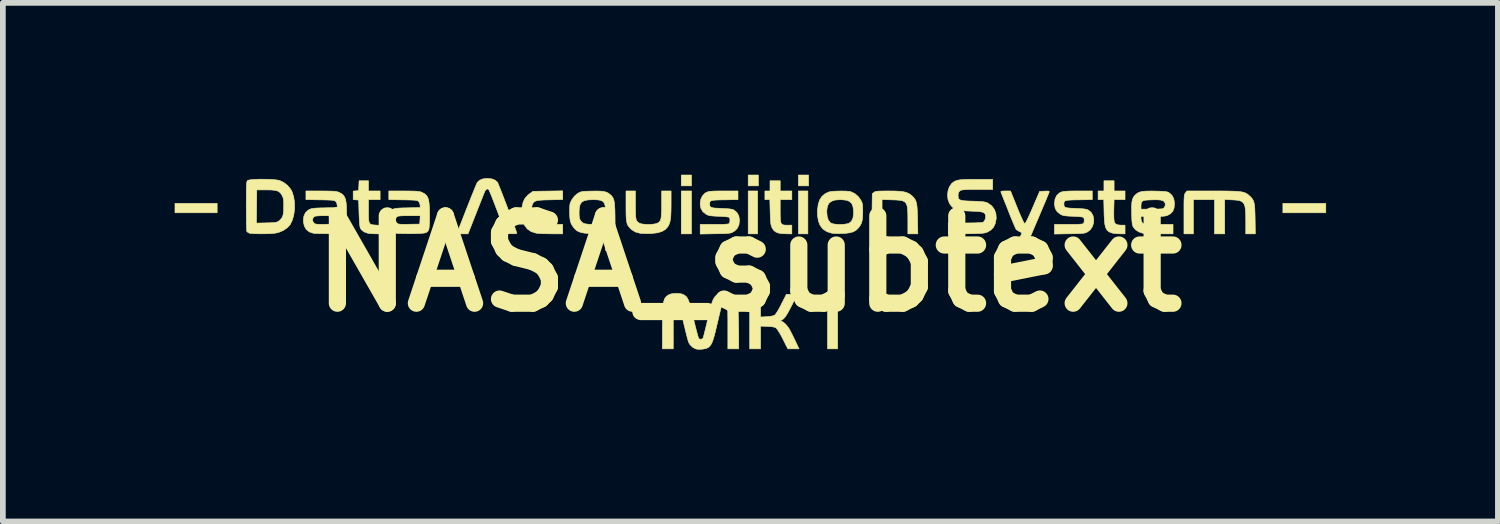
<source format=kicad_pcb>
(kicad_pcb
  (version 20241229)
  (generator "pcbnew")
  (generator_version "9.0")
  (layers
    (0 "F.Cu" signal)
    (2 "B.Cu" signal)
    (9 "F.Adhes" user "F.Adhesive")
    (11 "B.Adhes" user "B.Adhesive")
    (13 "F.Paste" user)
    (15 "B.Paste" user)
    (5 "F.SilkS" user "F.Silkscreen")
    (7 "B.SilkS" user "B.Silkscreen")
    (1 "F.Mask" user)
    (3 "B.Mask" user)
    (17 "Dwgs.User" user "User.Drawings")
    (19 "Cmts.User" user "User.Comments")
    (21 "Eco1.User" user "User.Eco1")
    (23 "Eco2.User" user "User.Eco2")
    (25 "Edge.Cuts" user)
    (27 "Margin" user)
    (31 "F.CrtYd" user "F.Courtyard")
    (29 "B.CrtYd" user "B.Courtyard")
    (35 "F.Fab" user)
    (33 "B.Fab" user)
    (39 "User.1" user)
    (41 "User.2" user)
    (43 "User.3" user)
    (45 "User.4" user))
  (footprint "NASA_subtext"
    (layer "F.Cu")
    (at 10.025 1.554)
    (property "Reference" "NASA_subtext" (at 0 0 0) (layer "F.SilkS") (effects (font (size 1.524 1.524) (thickness 0.3))))
    (attr through_hole)
    (fp_poly (pts (xy -9.284 -0.889) (xy -10.02 -0.889) (xy -10.02 -1.054) (xy -9.284 -1.054) (xy -9.284 -0.889)) (stroke (width 0.01) (type solid)) (fill yes) (layer "F.SilkS"))
    (fp_poly (pts (xy -1.003 -1.359) (xy -1.181 -1.359) (xy -1.181 -1.549) (xy -1.003 -1.549) (xy -1.003 -1.359)) (stroke (width 0.01) (type solid)) (fill yes) (layer "F.SilkS"))
    (fp_poly (pts (xy -1.003 -0.521) (xy -1.181 -0.521) (xy -1.181 -1.27) (xy -1.003 -1.27) (xy -1.003 -0.521)) (stroke (width 0.01) (type solid)) (fill yes) (layer "F.SilkS"))
    (fp_poly (pts (xy 0.152 -0.521) (xy -0.013 -0.521) (xy -0.013 -1.27) (xy 0.152 -1.27) (xy 0.152 -0.521)) (stroke (width 0.01) (type solid)) (fill yes) (layer "F.SilkS"))
    (fp_poly (pts (xy 0.165 -1.359) (xy -0.013 -1.359) (xy -0.013 -1.549) (xy 0.165 -1.549) (xy 0.165 -1.359)) (stroke (width 0.01) (type solid)) (fill yes) (layer "F.SilkS"))
    (fp_poly (pts (xy 1.029 -0.521) (xy 0.864 -0.521) (xy 0.864 -1.27) (xy 1.029 -1.27) (xy 1.029 -0.521)) (stroke (width 0.01) (type solid)) (fill yes) (layer "F.SilkS"))
    (fp_poly (pts (xy 1.041 -1.359) (xy 0.864 -1.359) (xy 0.864 -1.549) (xy 1.041 -1.549) (xy 1.041 -1.359)) (stroke (width 0.01) (type solid)) (fill yes) (layer "F.SilkS"))
    (fp_poly (pts (xy 1.549 1.486) (xy 1.372 1.486) (xy 1.372 0.533) (xy 1.549 0.533) (xy 1.549 1.486)) (stroke (width 0.01) (type solid)) (fill yes) (layer "F.SilkS"))
    (fp_poly (pts (xy 10.071 -0.889) (xy 9.322 -0.889) (xy 9.322 -1.054) (xy 10.071 -1.054) (xy 10.071 -0.889)) (stroke (width 0.01) (type solid)) (fill yes) (layer "F.SilkS"))
    (fp_poly (pts (xy -6.642 -1.27) (xy -6.439 -1.27) (xy -6.439 -1.118) (xy -6.642 -1.118) (xy -6.642 -0.923) (xy -6.642 -0.84) (xy -6.64 -0.778) (xy -6.634 -0.735) (xy -6.623 -0.707) (xy -6.606 -0.69) (xy -6.58 -0.681) (xy -6.543 -0.677) (xy -6.523 -0.675) (xy -6.439 -0.67) (xy -6.439 -0.521) (xy -6.525 -0.522) (xy -6.577 -0.524) (xy -6.625 -0.528) (xy -6.655 -0.532) (xy -6.717 -0.555) (xy -6.765 -0.592) (xy -6.783 -0.619) (xy -6.791 -0.646) (xy -6.797 -0.693) (xy -6.802 -0.761) (xy -6.806 -0.854) (xy -6.807 -0.883) (xy -6.814 -1.111) (xy -6.909 -1.119) (xy -6.909 -1.268) (xy -6.861 -1.272) (xy -6.814 -1.276) (xy -6.806 -1.448) (xy -6.642 -1.448) (xy -6.642 -1.27)) (stroke (width 0.01) (type solid)) (fill yes) (layer "F.SilkS"))
    (fp_poly (pts (xy 0.546 -1.27) (xy 0.749 -1.27) (xy 0.749 -1.118) (xy 0.546 -1.118) (xy 0.546 -0.915) (xy 0.547 -0.831) (xy 0.549 -0.769) (xy 0.555 -0.726) (xy 0.567 -0.698) (xy 0.587 -0.682) (xy 0.615 -0.675) (xy 0.655 -0.673) (xy 0.676 -0.673) (xy 0.749 -0.673) (xy 0.749 -0.521) (xy 0.657 -0.522) (xy 0.605 -0.524) (xy 0.558 -0.528) (xy 0.527 -0.532) (xy 0.472 -0.552) (xy 0.433 -0.582) (xy 0.405 -0.625) (xy 0.395 -0.648) (xy 0.387 -0.674) (xy 0.381 -0.706) (xy 0.377 -0.751) (xy 0.374 -0.811) (xy 0.371 -0.893) (xy 0.371 -0.898) (xy 0.365 -1.118) (xy 0.279 -1.118) (xy 0.279 -1.27) (xy 0.368 -1.27) (xy 0.368 -1.448) (xy 0.546 -1.448) (xy 0.546 -1.27)) (stroke (width 0.01) (type solid)) (fill yes) (layer "F.SilkS"))
    (fp_poly (pts (xy 6.375 -1.27) (xy 6.566 -1.27) (xy 6.566 -1.118) (xy 6.375 -1.118) (xy 6.372 -1) (xy 6.37 -0.907) (xy 6.37 -0.835) (xy 6.372 -0.783) (xy 6.376 -0.745) (xy 6.383 -0.72) (xy 6.394 -0.703) (xy 6.401 -0.696) (xy 6.438 -0.679) (xy 6.495 -0.673) (xy 6.497 -0.673) (xy 6.566 -0.673) (xy 6.566 -0.521) (xy 6.48 -0.522) (xy 6.429 -0.524) (xy 6.382 -0.528) (xy 6.353 -0.533) (xy 6.308 -0.547) (xy 6.273 -0.566) (xy 6.247 -0.593) (xy 6.227 -0.633) (xy 6.214 -0.687) (xy 6.206 -0.758) (xy 6.201 -0.851) (xy 6.2 -0.899) (xy 6.195 -1.118) (xy 6.096 -1.118) (xy 6.096 -1.27) (xy 6.198 -1.27) (xy 6.198 -1.448) (xy 6.375 -1.448) (xy 6.375 -1.27)) (stroke (width 0.01) (type solid)) (fill yes) (layer "F.SilkS"))
    (fp_poly (pts (xy 2.542 -1.269) (xy 2.625 -1.265) (xy 2.69 -1.258) (xy 2.742 -1.246) (xy 2.784 -1.229) (xy 2.82 -1.207) (xy 2.841 -1.19) (xy 2.871 -1.161) (xy 2.895 -1.131) (xy 2.913 -1.098) (xy 2.925 -1.056) (xy 2.934 -1.002) (xy 2.939 -0.933) (xy 2.943 -0.844) (xy 2.944 -0.778) (xy 2.949 -0.521) (xy 2.862 -0.521) (xy 2.775 -0.521) (xy 2.775 -0.76) (xy 2.774 -0.863) (xy 2.771 -0.943) (xy 2.763 -1.004) (xy 2.747 -1.048) (xy 2.722 -1.078) (xy 2.685 -1.097) (xy 2.634 -1.107) (xy 2.567 -1.113) (xy 2.492 -1.115) (xy 2.324 -1.12) (xy 2.324 -0.521) (xy 2.144 -0.521) (xy 2.149 -0.871) (xy 2.153 -1.221) (xy 2.183 -1.246) (xy 2.196 -1.255) (xy 2.213 -1.261) (xy 2.237 -1.265) (xy 2.273 -1.268) (xy 2.325 -1.269) (xy 2.396 -1.27) (xy 2.438 -1.27) (xy 2.542 -1.269)) (stroke (width 0.01) (type solid)) (fill yes) (layer "F.SilkS"))
    (fp_poly (pts (xy -3.251 -1.12) (xy -3.477 -1.115) (xy -3.569 -1.113) (xy -3.639 -1.109) (xy -3.691 -1.103) (xy -3.727 -1.093) (xy -3.752 -1.078) (xy -3.769 -1.057) (xy -3.782 -1.03) (xy -3.785 -1.02) (xy -3.796 -0.971) (xy -3.799 -0.911) (xy -3.797 -0.849) (xy -3.789 -0.795) (xy -3.778 -0.762) (xy -3.762 -0.736) (xy -3.74 -0.717) (xy -3.71 -0.703) (xy -3.667 -0.694) (xy -3.609 -0.689) (xy -3.531 -0.686) (xy -3.461 -0.686) (xy -3.251 -0.686) (xy -3.251 -0.521) (xy -3.458 -0.522) (xy -3.532 -0.523) (xy -3.601 -0.525) (xy -3.66 -0.528) (xy -3.703 -0.532) (xy -3.717 -0.534) (xy -3.802 -0.561) (xy -3.869 -0.607) (xy -3.918 -0.671) (xy -3.95 -0.753) (xy -3.965 -0.854) (xy -3.966 -0.895) (xy -3.961 -0.995) (xy -3.942 -1.075) (xy -3.91 -1.141) (xy -3.861 -1.196) (xy -3.825 -1.225) (xy -3.77 -1.264) (xy -3.51 -1.268) (xy -3.251 -1.272) (xy -3.251 -1.12)) (stroke (width 0.01) (type solid)) (fill yes) (layer "F.SilkS"))
    (fp_poly (pts (xy 8.234 -1.27) (xy 8.344 -1.269) (xy 8.434 -1.267) (xy 8.506 -1.264) (xy 8.564 -1.259) (xy 8.609 -1.253) (xy 8.645 -1.244) (xy 8.674 -1.232) (xy 8.699 -1.218) (xy 8.722 -1.2) (xy 8.732 -1.191) (xy 8.763 -1.162) (xy 8.787 -1.134) (xy 8.805 -1.104) (xy 8.818 -1.066) (xy 8.827 -1.018) (xy 8.832 -0.956) (xy 8.835 -0.876) (xy 8.837 -0.784) (xy 8.841 -0.521) (xy 8.674 -0.521) (xy 8.674 -0.75) (xy 8.673 -0.854) (xy 8.669 -0.936) (xy 8.66 -0.998) (xy 8.644 -1.043) (xy 8.619 -1.075) (xy 8.583 -1.095) (xy 8.535 -1.107) (xy 8.472 -1.113) (xy 8.43 -1.115) (xy 8.306 -1.121) (xy 8.306 -0.521) (xy 8.128 -0.521) (xy 8.128 -1.118) (xy 7.76 -1.118) (xy 7.76 -0.521) (xy 7.595 -0.521) (xy 7.595 -0.862) (xy 7.595 -0.964) (xy 7.595 -1.044) (xy 7.596 -1.105) (xy 7.598 -1.15) (xy 7.6 -1.181) (xy 7.604 -1.203) (xy 7.609 -1.219) (xy 7.616 -1.231) (xy 7.621 -1.237) (xy 7.647 -1.27) (xy 8.101 -1.27) (xy 8.234 -1.27)) (stroke (width 0.01) (type solid)) (fill yes) (layer "F.SilkS"))
    (fp_poly (pts (xy -1.981 -1.025) (xy -1.981 -0.933) (xy -1.979 -0.863) (xy -1.976 -0.811) (xy -1.969 -0.774) (xy -1.959 -0.748) (xy -1.944 -0.73) (xy -1.924 -0.715) (xy -1.905 -0.705) (xy -1.869 -0.694) (xy -1.816 -0.688) (xy -1.755 -0.686) (xy -1.693 -0.688) (xy -1.64 -0.695) (xy -1.607 -0.704) (xy -1.58 -0.717) (xy -1.56 -0.734) (xy -1.545 -0.758) (xy -1.535 -0.793) (xy -1.529 -0.841) (xy -1.525 -0.907) (xy -1.524 -0.993) (xy -1.524 -1.034) (xy -1.524 -1.27) (xy -1.359 -1.27) (xy -1.359 -1.038) (xy -1.36 -0.935) (xy -1.363 -0.854) (xy -1.368 -0.79) (xy -1.377 -0.739) (xy -1.389 -0.699) (xy -1.405 -0.665) (xy -1.416 -0.646) (xy -1.459 -0.598) (xy -1.519 -0.563) (xy -1.597 -0.54) (xy -1.696 -0.528) (xy -1.716 -0.527) (xy -1.779 -0.526) (xy -1.839 -0.527) (xy -1.887 -0.53) (xy -1.906 -0.533) (xy -1.984 -0.555) (xy -2.046 -0.593) (xy -2.073 -0.618) (xy -2.096 -0.645) (xy -2.114 -0.671) (xy -2.127 -0.702) (xy -2.136 -0.741) (xy -2.142 -0.792) (xy -2.145 -0.858) (xy -2.146 -0.943) (xy -2.146 -1.009) (xy -2.146 -1.27) (xy -1.981 -1.27) (xy -1.981 -1.025)) (stroke (width 0.01) (type solid)) (fill yes) (layer "F.SilkS"))
    (fp_poly (pts (xy 0.837 0.53) (xy 0.834 0.545) (xy 0.823 0.573) (xy 0.803 0.616) (xy 0.773 0.677) (xy 0.752 0.719) (xy 0.709 0.802) (xy 0.675 0.864) (xy 0.646 0.911) (xy 0.621 0.944) (xy 0.596 0.968) (xy 0.569 0.986) (xy 0.565 0.988) (xy 0.549 0.999) (xy 0.555 1.003) (xy 0.562 1.003) (xy 0.59 1.014) (xy 0.626 1.042) (xy 0.664 1.082) (xy 0.699 1.13) (xy 0.709 1.147) (xy 0.729 1.186) (xy 0.757 1.24) (xy 0.787 1.302) (xy 0.81 1.349) (xy 0.875 1.486) (xy 0.679 1.486) (xy 0.592 1.313) (xy 0.553 1.239) (xy 0.518 1.181) (xy 0.49 1.14) (xy 0.472 1.12) (xy 0.441 1.107) (xy 0.392 1.099) (xy 0.322 1.094) (xy 0.321 1.094) (xy 0.203 1.09) (xy 0.203 1.486) (xy 0.013 1.486) (xy 0.013 0.533) (xy 0.203 0.533) (xy 0.203 0.93) (xy 0.31 0.925) (xy 0.382 0.918) (xy 0.432 0.906) (xy 0.449 0.898) (xy 0.468 0.877) (xy 0.496 0.835) (xy 0.531 0.775) (xy 0.567 0.705) (xy 0.654 0.534) (xy 0.724 0.533) (xy 0.769 0.532) (xy 0.808 0.528) (xy 0.823 0.525) (xy 0.833 0.524) (xy 0.837 0.53)) (stroke (width 0.01) (type solid)) (fill yes) (layer "F.SilkS"))
    (fp_poly (pts (xy -4.488 -1.481) (xy -4.429 -1.457) (xy -4.388 -1.419) (xy -4.38 -1.401) (xy -4.365 -1.364) (xy -4.343 -1.31) (xy -4.316 -1.242) (xy -4.286 -1.164) (xy -4.253 -1.078) (xy -4.219 -0.989) (xy -4.185 -0.9) (xy -4.153 -0.813) (xy -4.122 -0.732) (xy -4.096 -0.66) (xy -4.075 -0.601) (xy -4.06 -0.558) (xy -4.052 -0.534) (xy -4.051 -0.531) (xy -4.063 -0.526) (xy -4.094 -0.523) (xy -4.138 -0.523) (xy -4.148 -0.523) (xy -4.245 -0.527) (xy -4.387 -0.905) (xy -4.423 -0.998) (xy -4.456 -1.084) (xy -4.485 -1.159) (xy -4.51 -1.221) (xy -4.529 -1.266) (xy -4.541 -1.292) (xy -4.544 -1.298) (xy -4.567 -1.306) (xy -4.591 -1.293) (xy -4.613 -1.26) (xy -4.615 -1.254) (xy -4.624 -1.232) (xy -4.641 -1.19) (xy -4.664 -1.13) (xy -4.693 -1.057) (xy -4.726 -0.975) (xy -4.761 -0.885) (xy -4.768 -0.867) (xy -4.904 -0.521) (xy -4.998 -0.521) (xy -5.044 -0.522) (xy -5.077 -0.526) (xy -5.092 -0.531) (xy -5.093 -0.532) (xy -5.088 -0.547) (xy -5.075 -0.583) (xy -5.056 -0.636) (xy -5.03 -0.702) (xy -5 -0.779) (xy -4.967 -0.863) (xy -4.933 -0.952) (xy -4.897 -1.041) (xy -4.863 -1.128) (xy -4.83 -1.21) (xy -4.801 -1.282) (xy -4.776 -1.343) (xy -4.757 -1.388) (xy -4.745 -1.414) (xy -4.743 -1.419) (xy -4.703 -1.457) (xy -4.644 -1.481) (xy -4.567 -1.489) (xy -4.566 -1.489) (xy -4.488 -1.481)) (stroke (width 0.01) (type solid)) (fill yes) (layer "F.SilkS"))
    (fp_poly (pts (xy 1.683 -1.268) (xy 1.739 -1.264) (xy 1.777 -1.258) (xy 1.849 -1.224) (xy 1.911 -1.17) (xy 1.951 -1.114) (xy 1.967 -1.084) (xy 1.977 -1.057) (xy 1.983 -1.027) (xy 1.986 -0.989) (xy 1.987 -0.934) (xy 1.987 -0.902) (xy 1.985 -0.822) (xy 1.978 -0.761) (xy 1.966 -0.713) (xy 1.946 -0.672) (xy 1.916 -0.631) (xy 1.909 -0.622) (xy 1.869 -0.584) (xy 1.819 -0.556) (xy 1.755 -0.539) (xy 1.673 -0.529) (xy 1.635 -0.527) (xy 1.572 -0.526) (xy 1.513 -0.527) (xy 1.464 -0.53) (xy 1.447 -0.533) (xy 1.362 -0.559) (xy 1.294 -0.604) (xy 1.244 -0.666) (xy 1.212 -0.748) (xy 1.197 -0.847) (xy 1.197 -0.905) (xy 1.359 -0.905) (xy 1.366 -0.824) (xy 1.387 -0.761) (xy 1.42 -0.718) (xy 1.439 -0.706) (xy 1.479 -0.694) (xy 1.536 -0.687) (xy 1.6 -0.686) (xy 1.663 -0.689) (xy 1.717 -0.697) (xy 1.747 -0.706) (xy 1.789 -0.74) (xy 1.815 -0.793) (xy 1.827 -0.866) (xy 1.826 -0.927) (xy 1.816 -0.998) (xy 1.795 -1.05) (xy 1.76 -1.085) (xy 1.709 -1.107) (xy 1.639 -1.116) (xy 1.591 -1.118) (xy 1.507 -1.112) (xy 1.444 -1.092) (xy 1.399 -1.058) (xy 1.372 -1.007) (xy 1.36 -0.938) (xy 1.359 -0.905) (xy 1.197 -0.905) (xy 1.197 -0.933) (xy 1.209 -1.033) (xy 1.235 -1.114) (xy 1.276 -1.177) (xy 1.333 -1.224) (xy 1.394 -1.252) (xy 1.43 -1.26) (xy 1.483 -1.265) (xy 1.548 -1.268) (xy 1.617 -1.269) (xy 1.683 -1.268)) (stroke (width 0.01) (type solid)) (fill yes) (layer "F.SilkS"))
    (fp_poly (pts (xy 4.681 -0.987) (xy 4.719 -0.893) (xy 4.753 -0.816) (xy 4.78 -0.757) (xy 4.8 -0.718) (xy 4.812 -0.702) (xy 4.813 -0.701) (xy 4.823 -0.708) (xy 4.839 -0.731) (xy 4.86 -0.772) (xy 4.889 -0.833) (xy 4.926 -0.916) (xy 4.954 -0.981) (xy 5.076 -1.264) (xy 5.162 -1.267) (xy 5.208 -1.269) (xy 5.233 -1.267) (xy 5.243 -1.261) (xy 5.242 -1.25) (xy 5.242 -1.248) (xy 5.235 -1.232) (xy 5.22 -1.195) (xy 5.197 -1.14) (xy 5.168 -1.069) (xy 5.132 -0.985) (xy 5.092 -0.891) (xy 5.049 -0.789) (xy 5.029 -0.743) (xy 4.985 -0.639) (xy 4.943 -0.541) (xy 4.906 -0.453) (xy 4.873 -0.378) (xy 4.847 -0.317) (xy 4.829 -0.273) (xy 4.818 -0.248) (xy 4.817 -0.244) (xy 4.8 -0.235) (xy 4.757 -0.229) (xy 4.723 -0.229) (xy 4.678 -0.229) (xy 4.653 -0.231) (xy 4.643 -0.238) (xy 4.644 -0.25) (xy 4.647 -0.257) (xy 4.657 -0.281) (xy 4.674 -0.321) (xy 4.696 -0.371) (xy 4.71 -0.405) (xy 4.732 -0.456) (xy 4.749 -0.499) (xy 4.76 -0.527) (xy 4.763 -0.535) (xy 4.752 -0.547) (xy 4.726 -0.561) (xy 4.721 -0.563) (xy 4.689 -0.58) (xy 4.665 -0.598) (xy 4.665 -0.599) (xy 4.656 -0.615) (xy 4.64 -0.652) (xy 4.617 -0.706) (xy 4.589 -0.773) (xy 4.557 -0.851) (xy 4.527 -0.928) (xy 4.494 -1.012) (xy 4.463 -1.088) (xy 4.437 -1.154) (xy 4.417 -1.206) (xy 4.403 -1.24) (xy 4.398 -1.254) (xy 4.401 -1.263) (xy 4.423 -1.268) (xy 4.466 -1.27) (xy 4.479 -1.27) (xy 4.567 -1.27) (xy 4.681 -0.987)) (stroke (width 0.01) (type solid)) (fill yes) (layer "F.SilkS"))
    (fp_poly (pts (xy 5.994 -1.119) (xy 5.759 -1.115) (xy 5.672 -1.114) (xy 5.607 -1.111) (xy 5.56 -1.107) (xy 5.53 -1.101) (xy 5.512 -1.091) (xy 5.503 -1.077) (xy 5.5 -1.057) (xy 5.499 -1.041) (xy 5.501 -1.016) (xy 5.507 -0.998) (xy 5.523 -0.985) (xy 5.55 -0.977) (xy 5.594 -0.971) (xy 5.657 -0.968) (xy 5.705 -0.966) (xy 5.78 -0.962) (xy 5.836 -0.958) (xy 5.875 -0.953) (xy 5.904 -0.946) (xy 5.927 -0.935) (xy 5.931 -0.933) (xy 5.977 -0.893) (xy 6.007 -0.839) (xy 6.02 -0.777) (xy 6.017 -0.712) (xy 5.997 -0.65) (xy 5.962 -0.596) (xy 5.915 -0.558) (xy 5.896 -0.548) (xy 5.876 -0.54) (xy 5.853 -0.534) (xy 5.822 -0.53) (xy 5.779 -0.527) (xy 5.721 -0.525) (xy 5.643 -0.523) (xy 5.598 -0.523) (xy 5.334 -0.518) (xy 5.334 -0.686) (xy 5.579 -0.686) (xy 5.675 -0.686) (xy 5.747 -0.688) (xy 5.798 -0.691) (xy 5.828 -0.696) (xy 5.839 -0.701) (xy 5.851 -0.726) (xy 5.854 -0.761) (xy 5.849 -0.794) (xy 5.839 -0.81) (xy 5.821 -0.815) (xy 5.783 -0.82) (xy 5.73 -0.824) (xy 5.667 -0.828) (xy 5.657 -0.828) (xy 5.586 -0.831) (xy 5.535 -0.835) (xy 5.498 -0.84) (xy 5.47 -0.848) (xy 5.444 -0.86) (xy 5.436 -0.865) (xy 5.382 -0.907) (xy 5.348 -0.963) (xy 5.334 -1.034) (xy 5.334 -1.051) (xy 5.344 -1.128) (xy 5.372 -1.189) (xy 5.417 -1.233) (xy 5.44 -1.245) (xy 5.461 -1.254) (xy 5.485 -1.26) (xy 5.517 -1.264) (xy 5.559 -1.267) (xy 5.617 -1.269) (xy 5.694 -1.27) (xy 5.744 -1.27) (xy 5.994 -1.27) (xy 5.994 -1.119)) (stroke (width 0.01) (type solid)) (fill yes) (layer "F.SilkS"))
    (fp_poly (pts (xy -0.191 -1.119) (xy -0.426 -1.115) (xy -0.513 -1.114) (xy -0.578 -1.111) (xy -0.625 -1.107) (xy -0.655 -1.101) (xy -0.673 -1.091) (xy -0.682 -1.077) (xy -0.685 -1.057) (xy -0.685 -1.041) (xy -0.684 -1.016) (xy -0.678 -0.998) (xy -0.662 -0.985) (xy -0.635 -0.977) (xy -0.591 -0.971) (xy -0.528 -0.968) (xy -0.48 -0.966) (xy -0.404 -0.962) (xy -0.349 -0.958) (xy -0.31 -0.953) (xy -0.281 -0.946) (xy -0.258 -0.935) (xy -0.254 -0.933) (xy -0.207 -0.891) (xy -0.176 -0.833) (xy -0.165 -0.762) (xy -0.165 -0.759) (xy -0.174 -0.681) (xy -0.202 -0.619) (xy -0.249 -0.572) (xy -0.265 -0.562) (xy -0.285 -0.55) (xy -0.304 -0.541) (xy -0.326 -0.535) (xy -0.354 -0.531) (xy -0.392 -0.528) (xy -0.445 -0.525) (xy -0.516 -0.524) (xy -0.587 -0.523) (xy -0.851 -0.518) (xy -0.851 -0.686) (xy -0.606 -0.686) (xy -0.51 -0.686) (xy -0.438 -0.688) (xy -0.387 -0.691) (xy -0.357 -0.696) (xy -0.345 -0.701) (xy -0.334 -0.726) (xy -0.331 -0.761) (xy -0.336 -0.794) (xy -0.346 -0.81) (xy -0.364 -0.815) (xy -0.402 -0.82) (xy -0.455 -0.824) (xy -0.518 -0.828) (xy -0.528 -0.828) (xy -0.599 -0.831) (xy -0.65 -0.835) (xy -0.687 -0.84) (xy -0.715 -0.848) (xy -0.741 -0.86) (xy -0.749 -0.865) (xy -0.804 -0.908) (xy -0.838 -0.966) (xy -0.851 -1.037) (xy -0.851 -1.047) (xy -0.841 -1.122) (xy -0.812 -1.185) (xy -0.767 -1.231) (xy -0.745 -1.244) (xy -0.724 -1.253) (xy -0.701 -1.26) (xy -0.673 -1.264) (xy -0.636 -1.267) (xy -0.584 -1.269) (xy -0.515 -1.27) (xy -0.44 -1.27) (xy -0.191 -1.27) (xy -0.191 -1.119)) (stroke (width 0.01) (type solid)) (fill yes) (layer "F.SilkS"))
    (fp_poly (pts (xy -2.585 -1.267) (xy -2.531 -1.261) (xy -2.489 -1.249) (xy -2.454 -1.232) (xy -2.422 -1.207) (xy -2.419 -1.205) (xy -2.398 -1.185) (xy -2.381 -1.163) (xy -2.368 -1.138) (xy -2.357 -1.105) (xy -2.349 -1.064) (xy -2.344 -1.01) (xy -2.34 -0.941) (xy -2.338 -0.854) (xy -2.337 -0.747) (xy -2.337 -0.633) (xy -2.337 -0.229) (xy -2.502 -0.229) (xy -2.502 -0.517) (xy -2.702 -0.524) (xy -2.797 -0.528) (xy -2.871 -0.534) (xy -2.928 -0.544) (xy -2.972 -0.559) (xy -3.007 -0.579) (xy -3.038 -0.607) (xy -3.048 -0.618) (xy -3.081 -0.66) (xy -3.104 -0.701) (xy -3.119 -0.747) (xy -3.127 -0.805) (xy -3.13 -0.881) (xy -3.13 -0.9) (xy -2.965 -0.9) (xy -2.964 -0.843) (xy -2.961 -0.804) (xy -2.953 -0.776) (xy -2.939 -0.754) (xy -2.939 -0.753) (xy -2.918 -0.728) (xy -2.894 -0.71) (xy -2.864 -0.698) (xy -2.823 -0.691) (xy -2.767 -0.687) (xy -2.69 -0.686) (xy -2.677 -0.686) (xy -2.502 -0.686) (xy -2.502 -0.852) (xy -2.503 -0.94) (xy -2.51 -1.007) (xy -2.523 -1.055) (xy -2.547 -1.086) (xy -2.584 -1.105) (xy -2.636 -1.115) (xy -2.706 -1.118) (xy -2.726 -1.118) (xy -2.811 -1.114) (xy -2.874 -1.101) (xy -2.918 -1.076) (xy -2.946 -1.036) (xy -2.961 -0.98) (xy -2.965 -0.904) (xy -2.965 -0.9) (xy -3.13 -0.9) (xy -3.13 -0.902) (xy -3.13 -0.965) (xy -3.128 -1.01) (xy -3.124 -1.043) (xy -3.115 -1.07) (xy -3.102 -1.098) (xy -3.091 -1.118) (xy -3.045 -1.181) (xy -2.991 -1.226) (xy -2.966 -1.24) (xy -2.943 -1.251) (xy -2.918 -1.258) (xy -2.886 -1.263) (xy -2.84 -1.265) (xy -2.776 -1.267) (xy -2.745 -1.268) (xy -2.654 -1.269) (xy -2.585 -1.267)) (stroke (width 0.01) (type solid)) (fill yes) (layer "F.SilkS"))
    (fp_poly (pts (xy -8.406 -1.474) (xy -8.333 -1.471) (xy -8.268 -1.465) (xy -8.217 -1.458) (xy -8.192 -1.452) (xy -8.121 -1.418) (xy -8.056 -1.367) (xy -8.003 -1.305) (xy -7.977 -1.259) (xy -7.948 -1.167) (xy -7.933 -1.066) (xy -7.932 -0.96) (xy -7.945 -0.858) (xy -7.97 -0.764) (xy -8.008 -0.686) (xy -8.012 -0.679) (xy -8.061 -0.627) (xy -8.128 -0.581) (xy -8.206 -0.548) (xy -8.26 -0.535) (xy -8.305 -0.529) (xy -8.365 -0.525) (xy -8.435 -0.523) (xy -8.507 -0.522) (xy -8.578 -0.523) (xy -8.641 -0.525) (xy -8.691 -0.529) (xy -8.722 -0.534) (xy -8.725 -0.535) (xy -8.752 -0.55) (xy -8.766 -0.563) (xy -8.768 -0.579) (xy -8.77 -0.617) (xy -8.772 -0.674) (xy -8.773 -0.709) (xy -8.598 -0.709) (xy -8.421 -0.713) (xy -8.349 -0.715) (xy -8.297 -0.718) (xy -8.261 -0.722) (xy -8.237 -0.729) (xy -8.218 -0.738) (xy -8.208 -0.744) (xy -8.173 -0.776) (xy -8.148 -0.81) (xy -8.132 -0.854) (xy -8.124 -0.912) (xy -8.122 -0.99) (xy -8.122 -0.997) (xy -8.122 -1.063) (xy -8.125 -1.11) (xy -8.131 -1.145) (xy -8.141 -1.173) (xy -8.148 -1.187) (xy -8.171 -1.225) (xy -8.198 -1.252) (xy -8.233 -1.271) (xy -8.281 -1.282) (xy -8.345 -1.288) (xy -8.426 -1.289) (xy -8.592 -1.289) (xy -8.598 -0.709) (xy -8.773 -0.709) (xy -8.773 -0.748) (xy -8.775 -0.835) (xy -8.775 -0.932) (xy -8.776 -1.005) (xy -8.775 -1.12) (xy -8.775 -1.213) (xy -8.775 -1.286) (xy -8.773 -1.342) (xy -8.771 -1.383) (xy -8.769 -1.411) (xy -8.765 -1.43) (xy -8.76 -1.442) (xy -8.755 -1.45) (xy -8.752 -1.452) (xy -8.73 -1.461) (xy -8.687 -1.467) (xy -8.628 -1.472) (xy -8.559 -1.475) (xy -8.483 -1.475) (xy -8.406 -1.474)) (stroke (width 0.01) (type solid)) (fill yes) (layer "F.SilkS"))
    (fp_poly (pts (xy -7.471 -1.27) (xy -7.38 -1.269) (xy -7.31 -1.268) (xy -7.258 -1.266) (xy -7.22 -1.263) (xy -7.192 -1.258) (xy -7.169 -1.251) (xy -7.156 -1.246) (xy -7.115 -1.224) (xy -7.083 -1.199) (xy -7.06 -1.166) (xy -7.043 -1.123) (xy -7.032 -1.067) (xy -7.026 -0.993) (xy -7.024 -0.898) (xy -7.024 -0.856) (xy -7.024 -0.781) (xy -7.026 -0.713) (xy -7.029 -0.657) (xy -7.033 -0.617) (xy -7.036 -0.602) (xy -7.047 -0.577) (xy -7.061 -0.558) (xy -7.082 -0.545) (xy -7.114 -0.536) (xy -7.16 -0.53) (xy -7.224 -0.527) (xy -7.309 -0.525) (xy -7.328 -0.525) (xy -7.405 -0.525) (xy -7.477 -0.526) (xy -7.539 -0.527) (xy -7.584 -0.53) (xy -7.604 -0.532) (xy -7.674 -0.555) (xy -7.727 -0.597) (xy -7.762 -0.656) (xy -7.778 -0.731) (xy -7.779 -0.756) (xy -7.775 -0.784) (xy -7.617 -0.784) (xy -7.616 -0.745) (xy -7.594 -0.711) (xy -7.582 -0.701) (xy -7.568 -0.694) (xy -7.546 -0.69) (xy -7.512 -0.688) (xy -7.462 -0.687) (xy -7.391 -0.688) (xy -7.382 -0.689) (xy -7.195 -0.692) (xy -7.191 -0.765) (xy -7.187 -0.838) (xy -7.38 -0.838) (xy -7.457 -0.838) (xy -7.512 -0.836) (xy -7.55 -0.833) (xy -7.575 -0.829) (xy -7.591 -0.821) (xy -7.597 -0.817) (xy -7.617 -0.784) (xy -7.775 -0.784) (xy -7.77 -0.83) (xy -7.744 -0.888) (xy -7.699 -0.932) (xy -7.677 -0.945) (xy -7.656 -0.955) (xy -7.632 -0.962) (xy -7.601 -0.967) (xy -7.558 -0.971) (xy -7.5 -0.974) (xy -7.422 -0.975) (xy -7.407 -0.976) (xy -7.188 -0.98) (xy -7.188 -1.021) (xy -7.198 -1.065) (xy -7.215 -1.087) (xy -7.226 -1.096) (xy -7.242 -1.102) (xy -7.266 -1.107) (xy -7.301 -1.11) (xy -7.351 -1.112) (xy -7.421 -1.114) (xy -7.488 -1.115) (xy -7.734 -1.119) (xy -7.734 -1.27) (xy -7.471 -1.27)) (stroke (width 0.01) (type solid)) (fill yes) (layer "F.SilkS"))
    (fp_poly (pts (xy -6.023 -1.27) (xy -5.932 -1.269) (xy -5.862 -1.268) (xy -5.81 -1.266) (xy -5.772 -1.263) (xy -5.744 -1.258) (xy -5.721 -1.251) (xy -5.709 -1.246) (xy -5.667 -1.224) (xy -5.636 -1.199) (xy -5.612 -1.166) (xy -5.595 -1.123) (xy -5.585 -1.067) (xy -5.579 -0.993) (xy -5.576 -0.898) (xy -5.576 -0.856) (xy -5.576 -0.781) (xy -5.578 -0.713) (xy -5.581 -0.657) (xy -5.585 -0.617) (xy -5.588 -0.602) (xy -5.599 -0.577) (xy -5.613 -0.558) (xy -5.634 -0.545) (xy -5.666 -0.536) (xy -5.712 -0.53) (xy -5.776 -0.527) (xy -5.861 -0.525) (xy -5.88 -0.525) (xy -5.957 -0.525) (xy -6.029 -0.526) (xy -6.091 -0.527) (xy -6.136 -0.53) (xy -6.157 -0.532) (xy -6.226 -0.555) (xy -6.279 -0.597) (xy -6.314 -0.656) (xy -6.33 -0.731) (xy -6.331 -0.756) (xy -6.328 -0.784) (xy -6.169 -0.784) (xy -6.168 -0.745) (xy -6.146 -0.711) (xy -6.135 -0.701) (xy -6.12 -0.694) (xy -6.098 -0.69) (xy -6.064 -0.688) (xy -6.014 -0.687) (xy -5.943 -0.688) (xy -5.934 -0.689) (xy -5.747 -0.692) (xy -5.743 -0.765) (xy -5.739 -0.838) (xy -5.932 -0.838) (xy -6.009 -0.838) (xy -6.065 -0.836) (xy -6.103 -0.833) (xy -6.128 -0.829) (xy -6.143 -0.821) (xy -6.149 -0.817) (xy -6.169 -0.784) (xy -6.328 -0.784) (xy -6.322 -0.83) (xy -6.296 -0.888) (xy -6.252 -0.932) (xy -6.229 -0.945) (xy -6.208 -0.955) (xy -6.184 -0.962) (xy -6.153 -0.967) (xy -6.111 -0.971) (xy -6.052 -0.974) (xy -5.974 -0.975) (xy -5.959 -0.976) (xy -5.74 -0.98) (xy -5.74 -1.021) (xy -5.751 -1.065) (xy -5.767 -1.087) (xy -5.779 -1.096) (xy -5.794 -1.102) (xy -5.818 -1.107) (xy -5.853 -1.11) (xy -5.903 -1.112) (xy -5.973 -1.114) (xy -6.04 -1.115) (xy -6.287 -1.119) (xy -6.287 -1.27) (xy -6.023 -1.27)) (stroke (width 0.01) (type solid)) (fill yes) (layer "F.SilkS"))
    (fp_poly (pts (xy 4.255 -1.295) (xy 3.983 -1.295) (xy 3.892 -1.295) (xy 3.823 -1.295) (xy 3.773 -1.293) (xy 3.737 -1.29) (xy 3.713 -1.286) (xy 3.696 -1.281) (xy 3.684 -1.273) (xy 3.682 -1.271) (xy 3.66 -1.245) (xy 3.652 -1.208) (xy 3.652 -1.195) (xy 3.653 -1.163) (xy 3.659 -1.139) (xy 3.673 -1.121) (xy 3.699 -1.109) (xy 3.739 -1.101) (xy 3.797 -1.096) (xy 3.875 -1.093) (xy 3.909 -1.092) (xy 3.99 -1.089) (xy 4.05 -1.085) (xy 4.094 -1.081) (xy 4.126 -1.075) (xy 4.151 -1.068) (xy 4.174 -1.057) (xy 4.239 -1.01) (xy 4.286 -0.947) (xy 4.312 -0.873) (xy 4.318 -0.791) (xy 4.301 -0.706) (xy 4.299 -0.697) (xy 4.268 -0.634) (xy 4.223 -0.588) (xy 4.166 -0.554) (xy 4.146 -0.546) (xy 4.124 -0.539) (xy 4.097 -0.534) (xy 4.062 -0.531) (xy 4.014 -0.528) (xy 3.95 -0.526) (xy 3.868 -0.524) (xy 3.794 -0.523) (xy 3.48 -0.518) (xy 3.48 -0.711) (xy 3.773 -0.711) (xy 3.862 -0.712) (xy 3.941 -0.713) (xy 4.007 -0.716) (xy 4.056 -0.719) (xy 4.084 -0.722) (xy 4.089 -0.724) (xy 4.113 -0.749) (xy 4.129 -0.789) (xy 4.132 -0.833) (xy 4.131 -0.843) (xy 4.124 -0.867) (xy 4.11 -0.884) (xy 4.087 -0.897) (xy 4.05 -0.906) (xy 3.997 -0.912) (xy 3.924 -0.916) (xy 3.873 -0.918) (xy 3.78 -0.922) (xy 3.708 -0.929) (xy 3.652 -0.938) (xy 3.609 -0.952) (xy 3.575 -0.971) (xy 3.545 -0.994) (xy 3.502 -1.05) (xy 3.476 -1.118) (xy 3.467 -1.193) (xy 3.475 -1.269) (xy 3.498 -1.339) (xy 3.538 -1.398) (xy 3.555 -1.413) (xy 3.579 -1.431) (xy 3.606 -1.445) (xy 3.638 -1.456) (xy 3.68 -1.464) (xy 3.734 -1.469) (xy 3.804 -1.472) (xy 3.894 -1.473) (xy 3.972 -1.473) (xy 4.255 -1.473) (xy 4.255 -1.295)) (stroke (width 0.01) (type solid)) (fill yes) (layer "F.SilkS"))
    (fp_poly (pts (xy 7.088 -1.268) (xy 7.168 -1.266) (xy 7.228 -1.263) (xy 7.27 -1.26) (xy 7.3 -1.254) (xy 7.322 -1.247) (xy 7.336 -1.239) (xy 7.385 -1.195) (xy 7.417 -1.134) (xy 7.429 -1.059) (xy 7.429 -1.046) (xy 7.422 -0.972) (xy 7.4 -0.915) (xy 7.36 -0.873) (xy 7.328 -0.854) (xy 7.305 -0.843) (xy 7.282 -0.836) (xy 7.254 -0.831) (xy 7.216 -0.828) (xy 7.165 -0.826) (xy 7.094 -0.826) (xy 7.059 -0.826) (xy 6.845 -0.826) (xy 6.845 -0.781) (xy 6.854 -0.736) (xy 6.871 -0.711) (xy 6.881 -0.703) (xy 6.894 -0.696) (xy 6.914 -0.692) (xy 6.944 -0.689) (xy 6.988 -0.687) (xy 7.05 -0.686) (xy 7.132 -0.686) (xy 7.15 -0.686) (xy 7.404 -0.686) (xy 7.404 -0.521) (xy 7.166 -0.522) (xy 7.087 -0.523) (xy 7.013 -0.525) (xy 6.95 -0.527) (xy 6.902 -0.53) (xy 6.877 -0.532) (xy 6.809 -0.554) (xy 6.75 -0.592) (xy 6.712 -0.637) (xy 6.701 -0.659) (xy 6.694 -0.684) (xy 6.689 -0.72) (xy 6.685 -0.77) (xy 6.683 -0.839) (xy 6.682 -0.855) (xy 6.681 -0.949) (xy 6.681 -1.007) (xy 6.845 -1.007) (xy 6.845 -0.953) (xy 7.02 -0.953) (xy 7.086 -0.953) (xy 7.145 -0.955) (xy 7.191 -0.957) (xy 7.218 -0.959) (xy 7.222 -0.96) (xy 7.251 -0.98) (xy 7.267 -1.014) (xy 7.267 -1.053) (xy 7.264 -1.061) (xy 7.25 -1.084) (xy 7.227 -1.1) (xy 7.189 -1.111) (xy 7.136 -1.116) (xy 7.061 -1.116) (xy 7.032 -1.115) (xy 6.959 -1.112) (xy 6.908 -1.107) (xy 6.875 -1.096) (xy 6.856 -1.078) (xy 6.848 -1.051) (xy 6.845 -1.012) (xy 6.845 -1.007) (xy 6.681 -1.007) (xy 6.682 -1.021) (xy 6.686 -1.076) (xy 6.694 -1.118) (xy 6.707 -1.15) (xy 6.724 -1.177) (xy 6.732 -1.187) (xy 6.762 -1.216) (xy 6.793 -1.238) (xy 6.832 -1.254) (xy 6.881 -1.263) (xy 6.945 -1.268) (xy 7.027 -1.269) (xy 7.088 -1.268)) (stroke (width 0.01) (type solid)) (fill yes) (layer "F.SilkS"))
    (fp_poly (pts (xy -0.37 0.519) (xy -0.315 0.531) (xy -0.29 0.542) (xy -0.259 0.562) (xy -0.235 0.584) (xy -0.217 0.611) (xy -0.205 0.648) (xy -0.197 0.697) (xy -0.191 0.764) (xy -0.187 0.851) (xy -0.186 0.866) (xy -0.183 0.959) (xy -0.181 1.063) (xy -0.179 1.167) (xy -0.178 1.26) (xy -0.178 1.286) (xy -0.178 1.486) (xy -0.368 1.486) (xy -0.368 1.1) (xy -0.368 0.985) (xy -0.369 0.893) (xy -0.37 0.821) (xy -0.373 0.768) (xy -0.378 0.73) (xy -0.384 0.705) (xy -0.394 0.692) (xy -0.406 0.686) (xy -0.421 0.687) (xy -0.438 0.691) (xy -0.447 0.693) (xy -0.455 0.696) (xy -0.462 0.702) (xy -0.468 0.714) (xy -0.476 0.734) (xy -0.485 0.765) (xy -0.497 0.81) (xy -0.512 0.872) (xy -0.531 0.952) (xy -0.555 1.054) (xy -0.561 1.079) (xy -0.585 1.181) (xy -0.606 1.261) (xy -0.624 1.323) (xy -0.641 1.37) (xy -0.659 1.405) (xy -0.677 1.431) (xy -0.698 1.452) (xy -0.712 1.464) (xy -0.748 1.48) (xy -0.799 1.49) (xy -0.856 1.495) (xy -0.908 1.492) (xy -0.932 1.486) (xy -0.982 1.459) (xy -1.027 1.415) (xy -1.049 1.381) (xy -1.057 1.359) (xy -1.07 1.316) (xy -1.086 1.256) (xy -1.104 1.183) (xy -1.124 1.101) (xy -1.138 1.044) (xy -1.161 0.943) (xy -1.18 0.864) (xy -1.194 0.803) (xy -1.205 0.76) (xy -1.214 0.73) (xy -1.221 0.711) (xy -1.228 0.7) (xy -1.235 0.695) (xy -1.243 0.693) (xy -1.252 0.691) (xy -1.271 0.687) (xy -1.285 0.687) (xy -1.297 0.693) (xy -1.306 0.708) (xy -1.312 0.734) (xy -1.316 0.774) (xy -1.319 0.83) (xy -1.32 0.905) (xy -1.321 1) (xy -1.321 1.1) (xy -1.321 1.486) (xy -1.511 1.486) (xy -1.511 1.221) (xy -1.511 1.129) (xy -1.51 1.033) (xy -1.508 0.941) (xy -1.505 0.86) (xy -1.503 0.801) (xy -1.497 0.72) (xy -1.488 0.66) (xy -1.474 0.616) (xy -1.453 0.583) (xy -1.423 0.557) (xy -1.399 0.542) (xy -1.354 0.526) (xy -1.296 0.518) (xy -1.233 0.518) (xy -1.176 0.527) (xy -1.145 0.539) (xy -1.119 0.554) (xy -1.097 0.571) (xy -1.078 0.595) (xy -1.061 0.627) (xy -1.044 0.67) (xy -1.026 0.728) (xy -1.006 0.802) (xy -0.983 0.897) (xy -0.965 0.972) (xy -0.944 1.06) (xy -0.924 1.14) (xy -0.906 1.208) (xy -0.891 1.262) (xy -0.88 1.297) (xy -0.873 1.31) (xy -0.84 1.32) (xy -0.811 1.31) (xy -0.801 1.297) (xy -0.795 1.279) (xy -0.784 1.239) (xy -0.77 1.182) (xy -0.752 1.111) (xy -0.733 1.03) (xy -0.718 0.964) (xy -0.692 0.854) (xy -0.67 0.767) (xy -0.651 0.698) (xy -0.633 0.646) (xy -0.614 0.607) (xy -0.595 0.578) (xy -0.574 0.557) (xy -0.549 0.541) (xy -0.543 0.538) (xy -0.495 0.523) (xy -0.434 0.517) (xy -0.37 0.519)) (stroke (width 0.01) (type solid)) (fill yes) (layer "F.SilkS")))
  (gr_rect
    (start -3 -3)
    (end 23.101 6.054)
    (stroke (width 0.1) (type default))
    (fill no)
    (layer "Edge.Cuts")))
</source>
